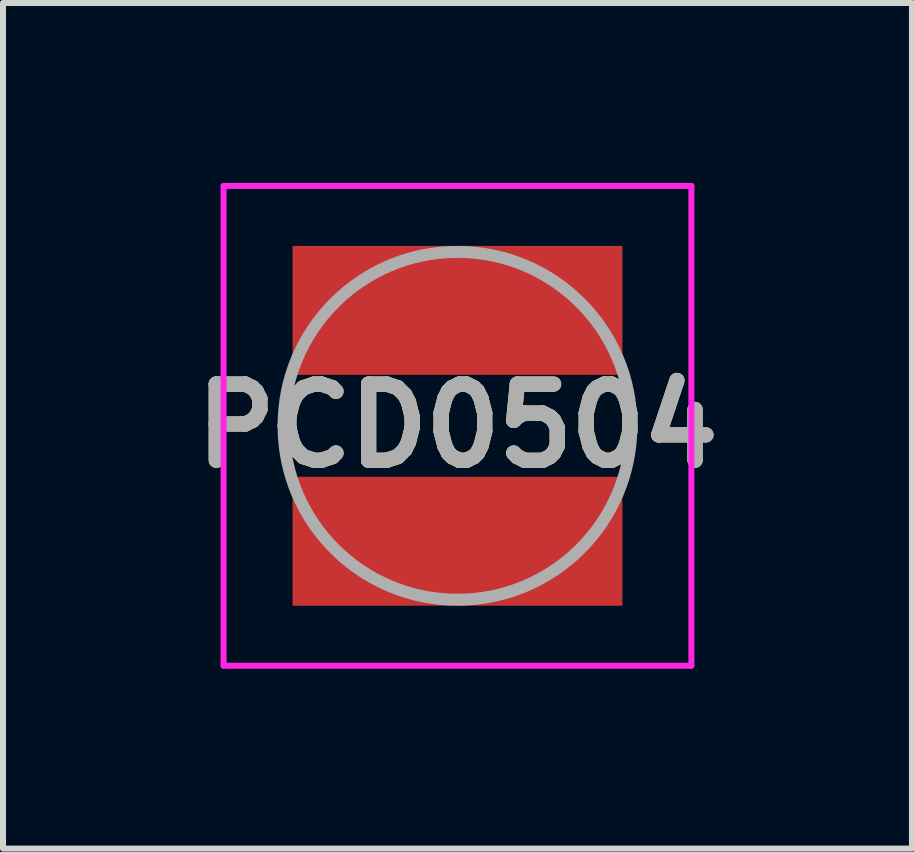
<source format=kicad_pcb>
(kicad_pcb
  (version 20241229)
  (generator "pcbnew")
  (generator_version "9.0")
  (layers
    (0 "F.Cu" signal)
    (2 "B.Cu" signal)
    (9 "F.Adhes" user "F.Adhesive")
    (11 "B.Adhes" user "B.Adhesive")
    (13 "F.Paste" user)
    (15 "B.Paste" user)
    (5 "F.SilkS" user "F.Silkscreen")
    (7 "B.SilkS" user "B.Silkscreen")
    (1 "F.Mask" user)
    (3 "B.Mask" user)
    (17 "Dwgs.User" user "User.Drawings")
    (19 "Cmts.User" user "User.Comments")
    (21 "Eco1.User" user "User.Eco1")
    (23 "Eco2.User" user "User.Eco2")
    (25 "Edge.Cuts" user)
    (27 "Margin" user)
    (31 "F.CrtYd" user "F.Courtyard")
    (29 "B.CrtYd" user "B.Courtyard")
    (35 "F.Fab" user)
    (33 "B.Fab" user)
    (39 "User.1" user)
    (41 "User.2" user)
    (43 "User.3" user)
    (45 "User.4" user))
  (footprint "PCD0504"
    (layer "F.Cu")
    (at 4.578 4.05)
    (property "Reference" "PCD0504" (at 0 0 0) (layer "F.SilkS") (effects (font (size 1.27 1.27) (thickness 0.254))))
    (attr smd)
    (fp_line (start -2.9 0.1) (end -2.9 -0.1) (stroke (width 0.1) (type solid)) (layer "F.SilkS"))
    (fp_line (start 2.9 0.1) (end 2.9 -0.1) (stroke (width 0.1) (type solid)) (layer "F.SilkS"))
    (fp_line (start -3.9 -4) (end 3.9 -4) (stroke (width 0.1) (type solid)) (layer "F.CrtYd"))
    (fp_line (start -3.9 4) (end -3.9 -4) (stroke (width 0.1) (type solid)) (layer "F.CrtYd"))
    (fp_line (start 3.9 -4) (end 3.9 4) (stroke (width 0.1) (type solid)) (layer "F.CrtYd"))
    (fp_line (start 3.9 4) (end -3.9 4) (stroke (width 0.1) (type solid)) (layer "F.CrtYd"))
    (fp_line (start -2.9 0) (end -2.9 0) (stroke (width 0.2) (type solid)) (layer "F.Fab"))
    (fp_line (start 2.9 0) (end 2.9 0) (stroke (width 0.2) (type solid)) (layer "F.Fab"))
    (fp_arc (start -2.9 0) (mid 0 -2.9) (end 2.9 0) (stroke (width 0.2) (type solid)) (layer "F.Fab"))
    (fp_arc (start 2.9 0) (mid 0 2.9) (end -2.9 0) (stroke (width 0.2) (type solid)) (layer "F.Fab"))
    (fp_text user "${REFERENCE}" (at 0 0 0) (layer "F.Fab") (effects (font (size 1.27 1.27) (thickness 0.254))))
    (pad "1" smd rect (at 0 -1.925 90) (size 2.15 5.5) (layers "F.Cu" "F.Mask" "F.Paste"))
    (pad "2" smd rect (at 0 1.925 90) (size 2.15 5.5) (layers "F.Cu" "F.Mask" "F.Paste")))
  (gr_rect
    (start -3 -3)
    (end 12.156 11.1)
    (stroke (width 0.1) (type default))
    (fill no)
    (layer "Edge.Cuts")))
</source>
